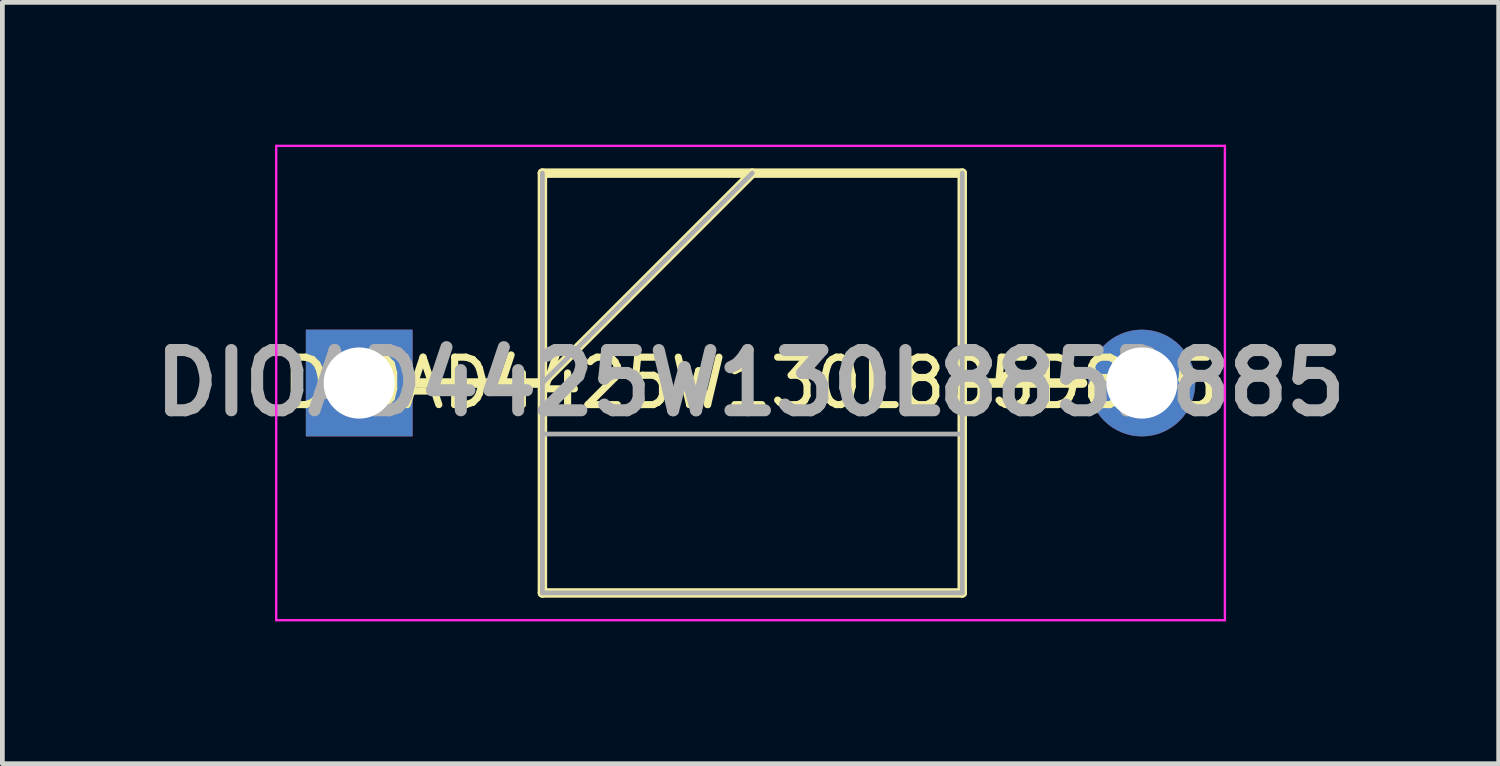
<source format=kicad_pcb>
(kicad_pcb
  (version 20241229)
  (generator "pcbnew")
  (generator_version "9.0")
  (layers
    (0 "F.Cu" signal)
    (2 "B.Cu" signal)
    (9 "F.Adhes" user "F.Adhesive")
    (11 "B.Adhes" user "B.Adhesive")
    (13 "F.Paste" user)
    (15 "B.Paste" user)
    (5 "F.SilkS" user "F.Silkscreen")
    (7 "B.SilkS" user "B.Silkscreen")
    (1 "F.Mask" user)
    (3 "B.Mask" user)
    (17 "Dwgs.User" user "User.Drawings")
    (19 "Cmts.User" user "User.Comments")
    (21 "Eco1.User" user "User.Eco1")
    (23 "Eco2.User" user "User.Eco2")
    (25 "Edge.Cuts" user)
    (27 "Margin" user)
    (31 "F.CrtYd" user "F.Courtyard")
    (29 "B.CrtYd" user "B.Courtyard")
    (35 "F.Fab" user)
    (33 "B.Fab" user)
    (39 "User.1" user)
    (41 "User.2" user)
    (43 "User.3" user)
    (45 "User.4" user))
  (footprint "DIOAD4425W130L885D885"
    (layer "F.Cu")
    (at 12.773 5.025)
    (property "Reference" "DIOAD4425W130L885D885" (at 0 0 0) (unlocked yes) (layer "F.SilkS") (effects (font (size 1 1) (thickness 0.15))))
    (attr through_hole)
    (fp_line (start -7 0) (end -4.388 0) (stroke (width 0.2) (type solid)) (layer "F.SilkS"))
    (fp_line (start -4.388 -4.425) (end 4.463 -4.425) (stroke (width 0.2) (type solid)) (layer "F.SilkS"))
    (fp_line (start -4.388 0) (end 0.037 -4.425) (stroke (width 0.2) (type solid)) (layer "F.SilkS"))
    (fp_line (start -4.388 4.425) (end -4.388 -4.425) (stroke (width 0.2) (type solid)) (layer "F.SilkS"))
    (fp_line (start 4.463 -4.425) (end 4.463 4.425) (stroke (width 0.2) (type solid)) (layer "F.SilkS"))
    (fp_line (start 4.463 0) (end 7 0) (stroke (width 0.2) (type solid)) (layer "F.SilkS"))
    (fp_line (start 4.463 4.425) (end -4.388 4.425) (stroke (width 0.2) (type solid)) (layer "F.SilkS"))
    (fp_line (start -10 -5) (end 10 -5) (stroke (width 0.05) (type solid)) (layer "F.CrtYd"))
    (fp_line (start -10 5) (end -10 -5) (stroke (width 0.05) (type solid)) (layer "F.CrtYd"))
    (fp_line (start 10 -5) (end 10 5) (stroke (width 0.05) (type solid)) (layer "F.CrtYd"))
    (fp_line (start 10 5) (end -10 5) (stroke (width 0.05) (type solid)) (layer "F.CrtYd"))
    (fp_line (start -4.388 0) (end 0.037 -4.425) (stroke (width 0.1) (type solid)) (layer "F.Fab"))
    (fp_line (start -4.388 1.075) (end 4.463 1.075) (stroke (width 0.1) (type solid)) (layer "F.Fab"))
    (fp_line (start -4.388 4.425) (end -4.388 -4.425) (stroke (width 0.1) (type solid)) (layer "F.Fab"))
    (fp_line (start 4.463 -4.425) (end 4.463 4.425) (stroke (width 0.1) (type solid)) (layer "F.Fab"))
    (fp_line (start 4.463 4.425) (end -4.388 4.425) (stroke (width 0.1) (type solid)) (layer "F.Fab"))
    (fp_text user "${REFERENCE}" (at 0 0 0) (unlocked yes) (layer "F.Fab") (effects (font (size 1.27 1.27) (thickness 0.254))))
    (pad "1" thru_hole rect (at -8.25 0) (size 2.25 2.25) (drill 1.5) (layers "*.Cu" "*.Mask"))
    (pad "2" thru_hole circle (at 8.25 0) (size 2.25 2.25) (drill 1.5) (layers "*.Cu" "*.Mask")))
  (gr_rect
    (start -3 -3)
    (end 28.545 13.05)
    (stroke (width 0.1) (type default))
    (fill no)
    (layer "Edge.Cuts")))
</source>
